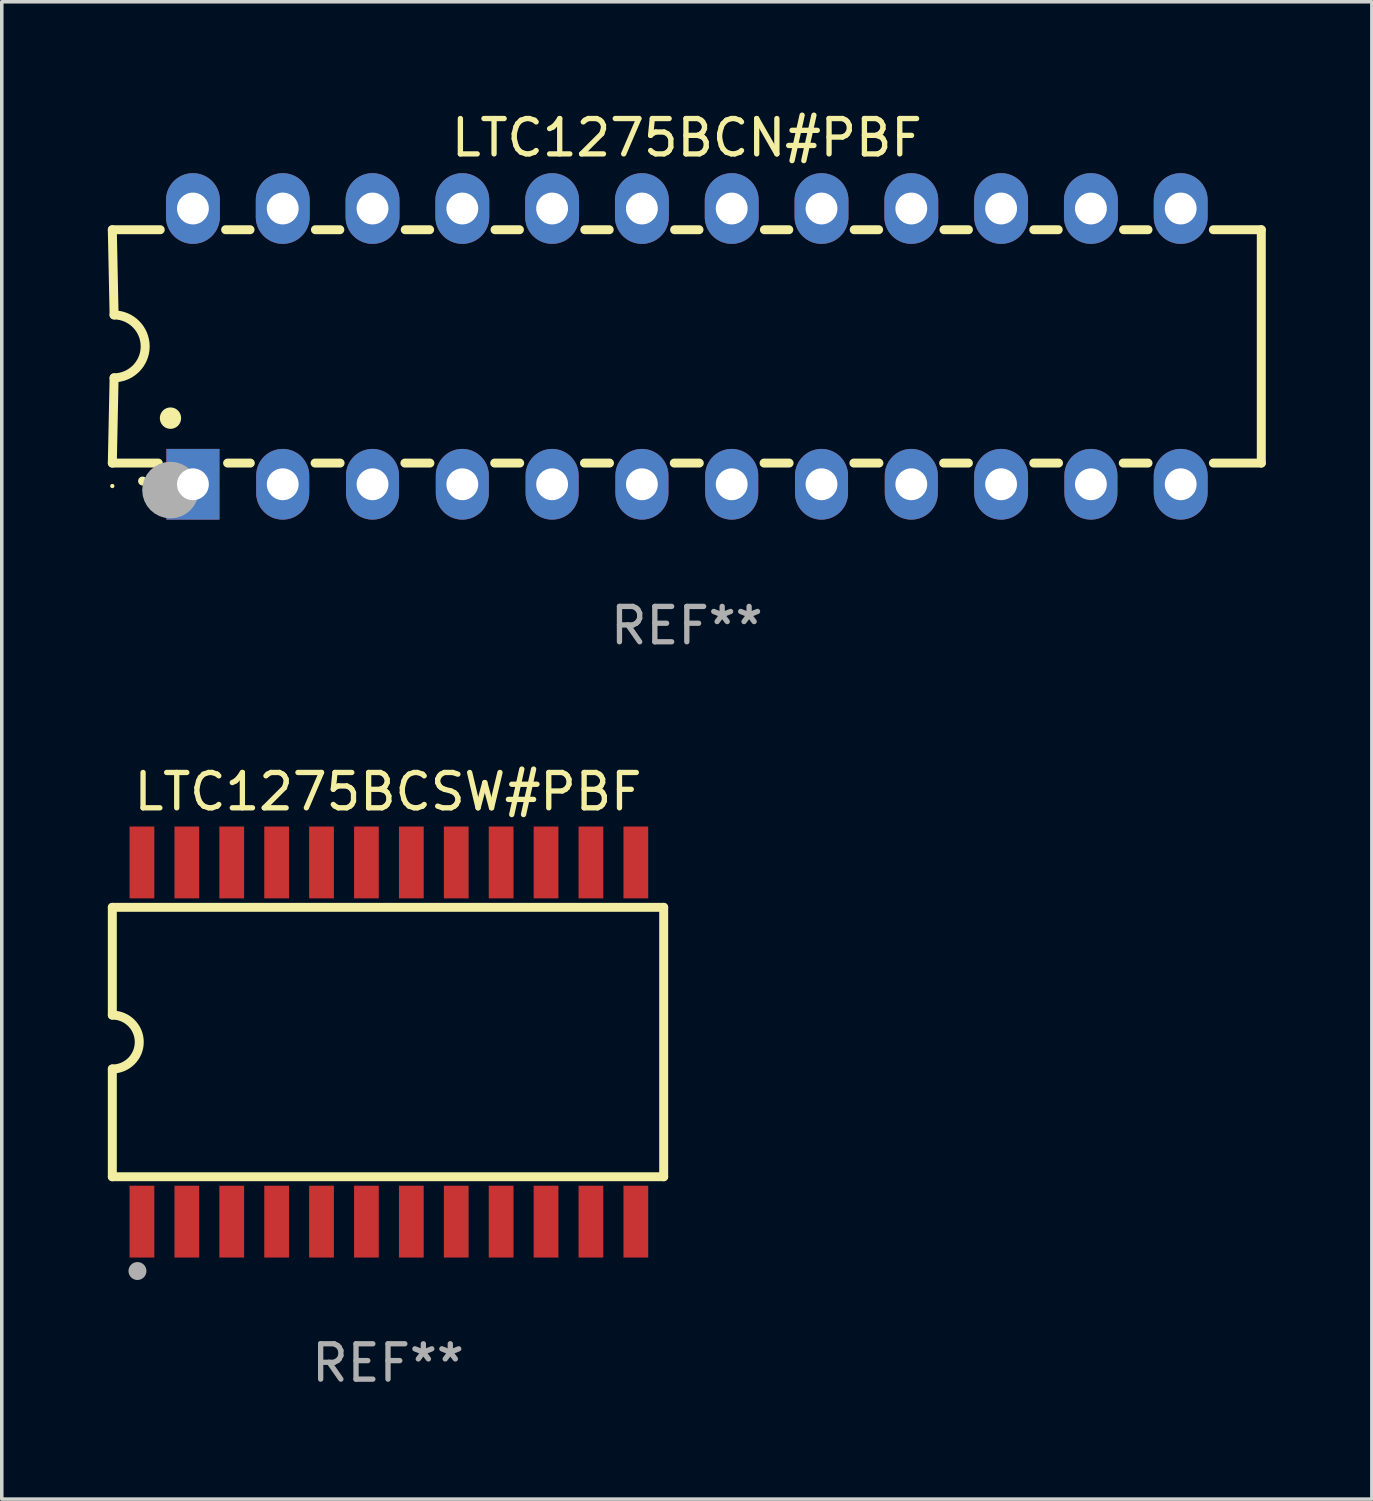
<source format=kicad_pcb>
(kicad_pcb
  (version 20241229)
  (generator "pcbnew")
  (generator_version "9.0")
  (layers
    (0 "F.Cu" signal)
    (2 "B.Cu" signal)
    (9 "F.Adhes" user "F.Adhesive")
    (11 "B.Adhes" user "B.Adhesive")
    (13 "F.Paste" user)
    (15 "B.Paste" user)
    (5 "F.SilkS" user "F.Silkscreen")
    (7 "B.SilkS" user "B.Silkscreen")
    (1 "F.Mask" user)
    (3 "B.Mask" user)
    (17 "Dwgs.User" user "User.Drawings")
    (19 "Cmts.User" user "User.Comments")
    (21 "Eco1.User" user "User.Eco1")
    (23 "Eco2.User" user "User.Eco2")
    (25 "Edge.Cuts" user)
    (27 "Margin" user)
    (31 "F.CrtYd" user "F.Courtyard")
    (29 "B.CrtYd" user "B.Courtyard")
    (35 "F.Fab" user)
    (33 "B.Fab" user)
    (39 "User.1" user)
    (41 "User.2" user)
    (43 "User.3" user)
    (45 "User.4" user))
  (footprint "LTC1275BCN#PBF"
    (layer "F.Cu")
    (at 16.377 6.748)
    (property "Reference" "LTC1275BCN#PBF" (at 0 -5.9 0) (layer "F.SilkS") (effects (font (size 1 1) (thickness 0.15))))
    (attr through_hole)
    (fp_line (start -16.25 -3.3) (end -16.2 -0.889) (stroke (width 0.254) (type solid)) (layer "F.SilkS"))
    (fp_line (start -16.25 -3.3) (end -14.895 -3.3) (stroke (width 0.254) (type solid)) (layer "F.SilkS"))
    (fp_line (start -16.25 3.3) (end -16.2 0.889) (stroke (width 0.254) (type solid)) (layer "F.SilkS"))
    (fp_line (start -16.25 3.3) (end -14.951 3.3) (stroke (width 0.254) (type solid)) (layer "F.SilkS"))
    (fp_line (start -13.045 -3.3) (end -12.355 -3.3) (stroke (width 0.254) (type solid)) (layer "F.SilkS"))
    (fp_line (start -12.989 3.3) (end -12.347 3.3) (stroke (width 0.254) (type solid)) (layer "F.SilkS"))
    (fp_line (start -10.514 3.3) (end -9.807 3.3) (stroke (width 0.254) (type solid)) (layer "F.SilkS"))
    (fp_line (start -10.505 -3.3) (end -9.815 -3.3) (stroke (width 0.254) (type solid)) (layer "F.SilkS"))
    (fp_line (start -7.974 3.3) (end -7.267 3.3) (stroke (width 0.254) (type solid)) (layer "F.SilkS"))
    (fp_line (start -7.965 -3.3) (end -7.275 -3.3) (stroke (width 0.254) (type solid)) (layer "F.SilkS"))
    (fp_line (start -5.434 3.3) (end -4.727 3.3) (stroke (width 0.254) (type solid)) (layer "F.SilkS"))
    (fp_line (start -5.425 -3.3) (end -4.735 -3.3) (stroke (width 0.254) (type solid)) (layer "F.SilkS"))
    (fp_line (start -2.894 3.3) (end -2.187 3.3) (stroke (width 0.254) (type solid)) (layer "F.SilkS"))
    (fp_line (start -2.885 -3.3) (end -2.195 -3.3) (stroke (width 0.254) (type solid)) (layer "F.SilkS"))
    (fp_line (start -0.354 3.3) (end 0.353 3.3) (stroke (width 0.254) (type solid)) (layer "F.SilkS"))
    (fp_line (start -0.345 -3.3) (end 0.345 -3.3) (stroke (width 0.254) (type solid)) (layer "F.SilkS"))
    (fp_line (start 2.186 3.3) (end 2.893 3.3) (stroke (width 0.254) (type solid)) (layer "F.SilkS"))
    (fp_line (start 2.195 -3.3) (end 2.885 -3.3) (stroke (width 0.254) (type solid)) (layer "F.SilkS"))
    (fp_line (start 4.726 3.3) (end 5.434 3.3) (stroke (width 0.254) (type solid)) (layer "F.SilkS"))
    (fp_line (start 4.735 -3.3) (end 5.425 -3.3) (stroke (width 0.254) (type solid)) (layer "F.SilkS"))
    (fp_line (start 7.266 3.3) (end 7.965 3.3) (stroke (width 0.254) (type solid)) (layer "F.SilkS"))
    (fp_line (start 7.275 -3.3) (end 7.965 -3.3) (stroke (width 0.254) (type solid)) (layer "F.SilkS"))
    (fp_line (start 9.815 -3.3) (end 10.505 -3.3) (stroke (width 0.254) (type solid)) (layer "F.SilkS"))
    (fp_line (start 9.815 3.3) (end 10.514 3.3) (stroke (width 0.254) (type solid)) (layer "F.SilkS"))
    (fp_line (start 12.346 3.3) (end 13.045 3.3) (stroke (width 0.254) (type solid)) (layer "F.SilkS"))
    (fp_line (start 12.355 -3.3) (end 13.045 -3.3) (stroke (width 0.254) (type solid)) (layer "F.SilkS"))
    (fp_line (start 16.25 -3.3) (end 14.895 -3.3) (stroke (width 0.254) (type solid)) (layer "F.SilkS"))
    (fp_line (start 16.25 -3.3) (end 16.25 3.3) (stroke (width 0.254) (type solid)) (layer "F.SilkS"))
    (fp_line (start 16.25 3.3) (end 14.895 3.3) (stroke (width 0.254) (type solid)) (layer "F.SilkS"))
    (fp_arc (start -16.201016 -0.890146) (mid -15.311429 -0.001055) (end -16.200025 0.889027) (stroke (width 0.254001) (type solid)) (layer "F.SilkS"))
    (fp_arc (start -15.394971 3.810033) (mid -15.394978 3.808763) (end -15.394971 3.807493) (stroke (width 0.25) (type solid)) (layer "F.SilkS"))
    (fp_arc (start -14.605029 2.032029) (mid -14.60504 2.029489) (end -14.605029 2.026949) (stroke (width 0.6) (type solid)) (layer "F.SilkS"))
    (fp_circle (center -16.25 3.95) (end -16.22 3.95) (stroke (width 0.06) (type solid)) (fill no) (layer "F.SilkS"))
    (fp_circle (center -14.605 4.064) (end -14.205 4.064) (stroke (width 0.8) (type solid)) (fill no) (layer "F.Fab"))
    (fp_text user "REF**" (at 0 7.9 0) (layer "F.Fab") (effects (font (size 1 1) (thickness 0.15))))
    (pad "1" thru_hole rect (at -13.97 3.9 90) (size 2 1.5) (drill 0.9) (layers "*.Cu" "*.Mask"))
    (pad "2" thru_hole oval (at -11.43 3.9 90) (size 2 1.5) (drill 0.9) (layers "*.Cu" "*.Mask"))
    (pad "3" thru_hole oval (at -8.89 3.9 90) (size 2 1.5) (drill 0.9) (layers "*.Cu" "*.Mask"))
    (pad "4" thru_hole oval (at -6.35 3.9 90) (size 2 1.5) (drill 0.9) (layers "*.Cu" "*.Mask"))
    (pad "5" thru_hole oval (at -3.81 3.9 90) (size 2 1.5) (drill 0.9) (layers "*.Cu" "*.Mask"))
    (pad "6" thru_hole oval (at -1.27 3.9 90) (size 2 1.5) (drill 0.9) (layers "*.Cu" "*.Mask"))
    (pad "7" thru_hole oval (at 1.27 3.9 90) (size 2 1.5) (drill 0.9) (layers "*.Cu" "*.Mask"))
    (pad "8" thru_hole oval (at 3.81 3.9 90) (size 2 1.5) (drill 0.9) (layers "*.Cu" "*.Mask"))
    (pad "9" thru_hole oval (at 6.35 3.9 90) (size 2 1.5) (drill 0.9) (layers "*.Cu" "*.Mask"))
    (pad "10" thru_hole oval (at 8.89 3.9 90) (size 2 1.524) (drill 0.9) (layers "*.Cu" "*.Mask"))
    (pad "11" thru_hole oval (at 11.43 3.9 90) (size 2 1.5) (drill 0.9) (layers "*.Cu" "*.Mask"))
    (pad "12" thru_hole oval (at 13.97 3.9 90) (size 2 1.524) (drill 0.9) (layers "*.Cu" "*.Mask"))
    (pad "13" thru_hole oval (at 13.97 -3.9 90) (size 2 1.524) (drill 0.9) (layers "*.Cu" "*.Mask"))
    (pad "14" thru_hole oval (at 11.43 -3.9 90) (size 2 1.524) (drill 0.9) (layers "*.Cu" "*.Mask"))
    (pad "15" thru_hole oval (at 8.89 -3.9 90) (size 2 1.524) (drill 0.9) (layers "*.Cu" "*.Mask"))
    (pad "16" thru_hole oval (at 6.35 -3.9 90) (size 2 1.524) (drill 0.9) (layers "*.Cu" "*.Mask"))
    (pad "17" thru_hole oval (at 3.81 -3.9 90) (size 2 1.524) (drill 0.9) (layers "*.Cu" "*.Mask"))
    (pad "18" thru_hole oval (at 1.27 -3.9 90) (size 2 1.524) (drill 0.9) (layers "*.Cu" "*.Mask"))
    (pad "19" thru_hole oval (at -1.27 -3.9 90) (size 2 1.524) (drill 0.9) (layers "*.Cu" "*.Mask"))
    (pad "20" thru_hole oval (at -3.81 -3.9 90) (size 2 1.524) (drill 0.9) (layers "*.Cu" "*.Mask"))
    (pad "21" thru_hole oval (at -6.35 -3.9 90) (size 2 1.524) (drill 0.9) (layers "*.Cu" "*.Mask"))
    (pad "22" thru_hole oval (at -8.89 -3.9 90) (size 2 1.524) (drill 0.9) (layers "*.Cu" "*.Mask"))
    (pad "23" thru_hole oval (at -11.43 -3.9 90) (size 2 1.524) (drill 0.9) (layers "*.Cu" "*.Mask"))
    (pad "24" thru_hole oval (at -13.97 -3.9 90) (size 2 1.524) (drill 0.9) (layers "*.Cu" "*.Mask")))
  (footprint "LTC1275BCSW#PBF"
    (layer "F.Cu")
    (at 7.925 26.425)
    (property "Reference" "LTC1275BCSW#PBF" (at 0 -7.08 0) (layer "F.SilkS") (effects (font (size 1 1) (thickness 0.15))))
    (attr through_hole)
    (fp_line (start -7.798 -3.81) (end -7.798 -0.762) (stroke (width 0.254) (type solid)) (layer "F.SilkS"))
    (fp_line (start -7.798 3.81) (end -7.798 0.762) (stroke (width 0.254) (type solid)) (layer "F.SilkS"))
    (fp_line (start 7.798 -3.81) (end -7.798 -3.81) (stroke (width 0.254) (type solid)) (layer "F.SilkS"))
    (fp_line (start 7.798 3.81) (end -7.798 3.81) (stroke (width 0.254) (type solid)) (layer "F.SilkS"))
    (fp_line (start 7.798 3.81) (end 7.798 -3.81) (stroke (width 0.254) (type solid)) (layer "F.SilkS"))
    (fp_arc (start -7.797791 -0.762002) (mid -7.03579 -0.000001) (end -7.79779 0.762002) (stroke (width 0.254001) (type solid)) (layer "F.SilkS"))
    (fp_circle (center -7.825 3.75) (end -7.795 3.75) (stroke (width 0.06) (type solid)) (fill no) (layer "F.SilkS"))
    (fp_circle (center -7.087 6.477) (end -6.96 6.477) (stroke (width 0.254) (type solid)) (fill no) (layer "F.Fab"))
    (fp_text user "REF**" (at 0 9.08 0) (layer "F.Fab") (effects (font (size 1 1) (thickness 0.15))))
    (pad "1" smd rect (at -6.96 5.08 90) (size 2.032 0.7) (layers "F.Cu" "F.Mask" "F.Paste"))
    (pad "2" smd rect (at -5.69 5.08 90) (size 2.032 0.7) (layers "F.Cu" "F.Mask" "F.Paste"))
    (pad "3" smd rect (at -4.42 5.08 90) (size 2.032 0.7) (layers "F.Cu" "F.Mask" "F.Paste"))
    (pad "4" smd rect (at -3.15 5.08 90) (size 2.032 0.7) (layers "F.Cu" "F.Mask" "F.Paste"))
    (pad "5" smd rect (at -1.88 5.08 90) (size 2.032 0.7) (layers "F.Cu" "F.Mask" "F.Paste"))
    (pad "6" smd rect (at -0.61 5.08 90) (size 2.032 0.7) (layers "F.Cu" "F.Mask" "F.Paste"))
    (pad "7" smd rect (at 0.66 5.08 90) (size 2.032 0.7) (layers "F.Cu" "F.Mask" "F.Paste"))
    (pad "8" smd rect (at 1.93 5.08 90) (size 2.032 0.7) (layers "F.Cu" "F.Mask" "F.Paste"))
    (pad "9" smd rect (at 3.2 5.08 90) (size 2.032 0.7) (layers "F.Cu" "F.Mask" "F.Paste"))
    (pad "10" smd rect (at 4.47 5.08 90) (size 2.032 0.7) (layers "F.Cu" "F.Mask" "F.Paste"))
    (pad "11" smd rect (at 5.74 5.08 90) (size 2.032 0.7) (layers "F.Cu" "F.Mask" "F.Paste"))
    (pad "12" smd rect (at 7.01 5.08 90) (size 2.032 0.7) (layers "F.Cu" "F.Mask" "F.Paste"))
    (pad "13" smd rect (at 7.01 -5.08 90) (size 2.032 0.7) (layers "F.Cu" "F.Mask" "F.Paste"))
    (pad "14" smd rect (at 5.74 -5.08 90) (size 2.032 0.7) (layers "F.Cu" "F.Mask" "F.Paste"))
    (pad "15" smd rect (at 4.47 -5.08 90) (size 2.032 0.7) (layers "F.Cu" "F.Mask" "F.Paste"))
    (pad "16" smd rect (at 3.2 -5.08 90) (size 2.032 0.7) (layers "F.Cu" "F.Mask" "F.Paste"))
    (pad "17" smd rect (at 1.93 -5.08 90) (size 2.032 0.7) (layers "F.Cu" "F.Mask" "F.Paste"))
    (pad "18" smd rect (at 0.66 -5.08 90) (size 2.032 0.7) (layers "F.Cu" "F.Mask" "F.Paste"))
    (pad "19" smd rect (at -0.61 -5.08 90) (size 2.032 0.7) (layers "F.Cu" "F.Mask" "F.Paste"))
    (pad "20" smd rect (at -1.88 -5.08 90) (size 2.032 0.7) (layers "F.Cu" "F.Mask" "F.Paste"))
    (pad "21" smd rect (at -3.15 -5.08 90) (size 2.032 0.7) (layers "F.Cu" "F.Mask" "F.Paste"))
    (pad "22" smd rect (at -4.42 -5.08 90) (size 2.032 0.7) (layers "F.Cu" "F.Mask" "F.Paste"))
    (pad "23" smd rect (at -5.69 -5.08 90) (size 2.032 0.7) (layers "F.Cu" "F.Mask" "F.Paste"))
    (pad "24" smd rect (at -6.96 -5.08 90) (size 2.032 0.7) (layers "F.Cu" "F.Mask" "F.Paste")))
  (gr_rect
    (start -3 -3)
    (end 35.754 39.353)
    (stroke (width 0.1) (type default))
    (fill no)
    (layer "Edge.Cuts")))
</source>
